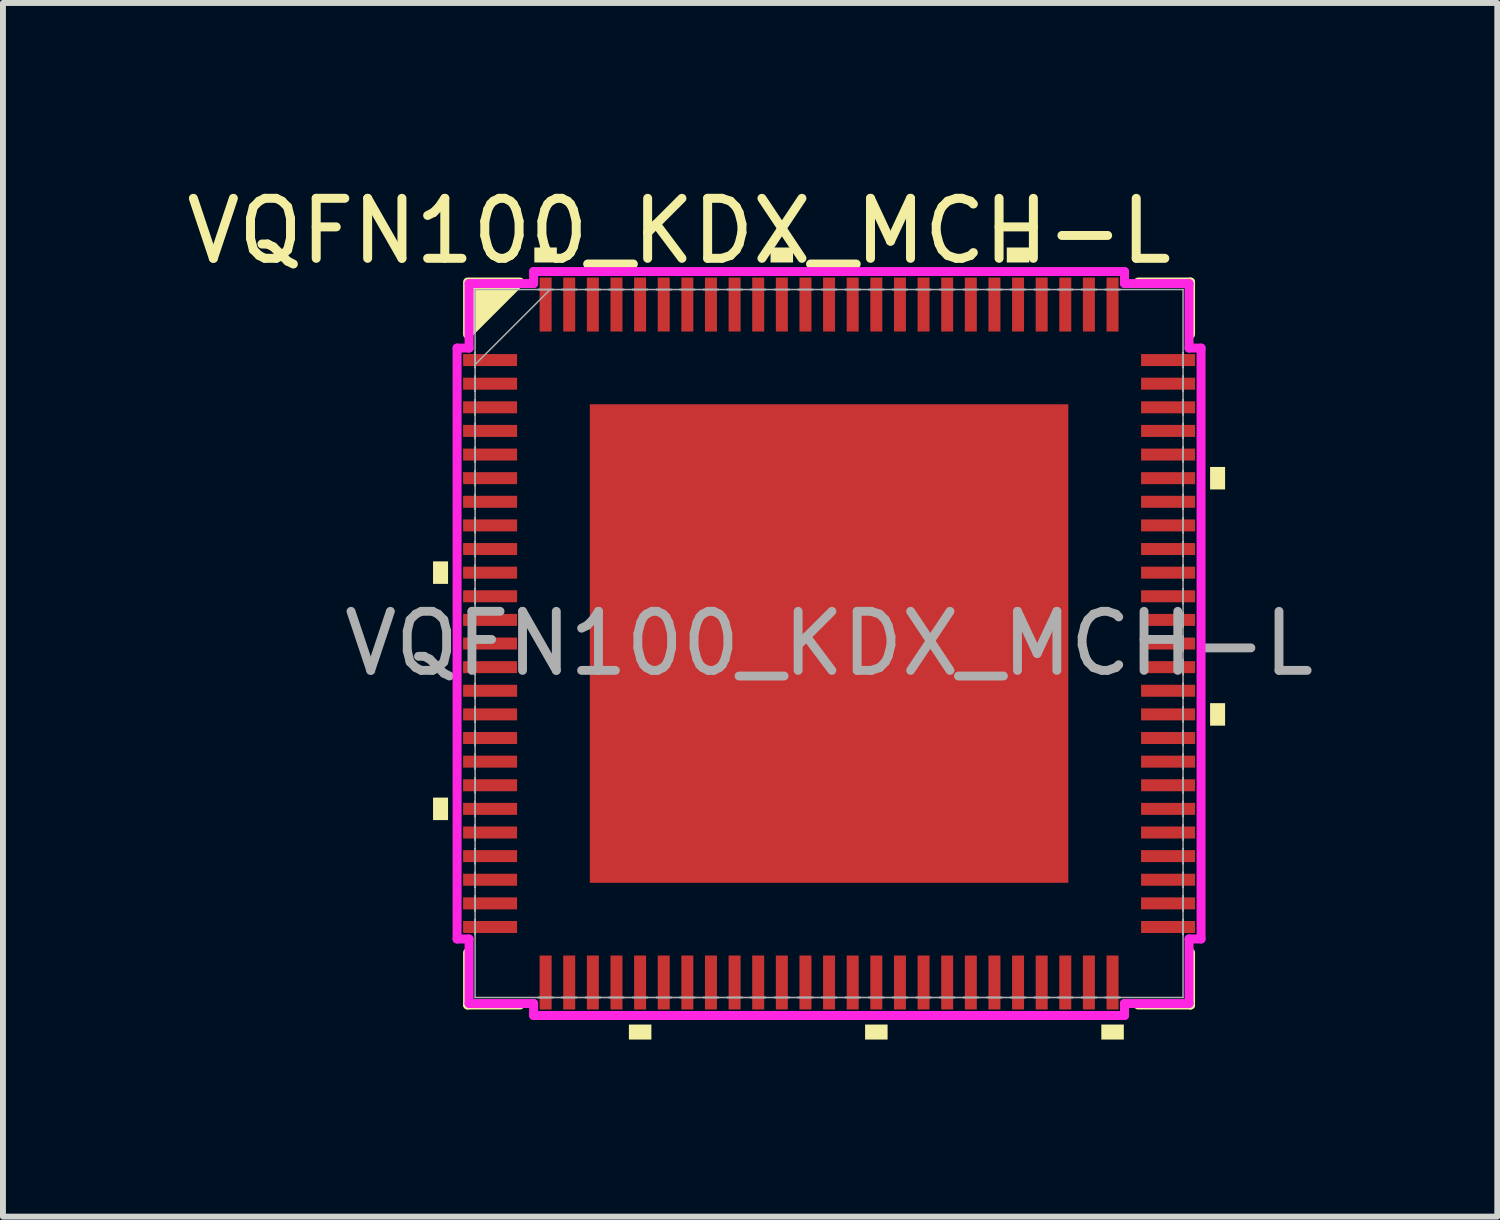
<source format=kicad_pcb>
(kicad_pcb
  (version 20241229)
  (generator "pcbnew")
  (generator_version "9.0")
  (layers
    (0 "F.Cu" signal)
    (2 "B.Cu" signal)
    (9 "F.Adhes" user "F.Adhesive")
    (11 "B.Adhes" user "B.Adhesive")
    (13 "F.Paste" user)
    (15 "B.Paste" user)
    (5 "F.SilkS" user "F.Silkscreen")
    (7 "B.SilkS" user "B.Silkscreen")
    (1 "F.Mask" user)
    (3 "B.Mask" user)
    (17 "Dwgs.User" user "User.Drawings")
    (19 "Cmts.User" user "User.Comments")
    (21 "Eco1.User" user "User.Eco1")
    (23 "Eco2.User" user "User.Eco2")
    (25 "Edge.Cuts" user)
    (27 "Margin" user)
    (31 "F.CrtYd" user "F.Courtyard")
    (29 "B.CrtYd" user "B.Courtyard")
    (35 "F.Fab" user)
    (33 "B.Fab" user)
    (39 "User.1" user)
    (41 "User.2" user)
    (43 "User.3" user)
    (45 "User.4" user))
  (footprint "VQFN100_KDX_MCH-L"
    (layer "F.Cu")
    (at 10.989 7.847)
    (property "Reference" "VQFN100_KDX_MCH-L" (at -2.54 -6.985 0) (unlocked yes) (layer "F.SilkS") (effects (font (size 1.016 1.016) (thickness 0.152))))
    (attr smd)
    (fp_line (start -6.121 5.234) (end -6.121 6.121) (stroke (width 0.152) (type solid)) (layer "F.SilkS"))
    (fp_line (start -6.121 6.121) (end -5.234 6.121) (stroke (width 0.152) (type solid)) (layer "F.SilkS"))
    (fp_line (start 5.234 6.121) (end 6.121 6.121) (stroke (width 0.152) (type solid)) (layer "F.SilkS"))
    (fp_line (start 6.121 -6.121) (end 5.234 -6.121) (stroke (width 0.152) (type solid)) (layer "F.SilkS"))
    (fp_line (start 6.121 -5.234) (end 6.121 -6.121) (stroke (width 0.152) (type solid)) (layer "F.SilkS"))
    (fp_line (start 6.121 6.121) (end 6.121 5.234) (stroke (width 0.152) (type solid)) (layer "F.SilkS"))
    (fp_poly (pts (xy -5.234 -6.121) (xy -6.121 -5.234) (xy -6.121 -6.121)) (stroke (width 0.152) (type solid)) (fill yes) (layer "F.SilkS"))
    (fp_poly (pts (xy -6.706 -1.391) (xy -6.706 -1.01) (xy -6.452 -1.01) (xy -6.452 -1.391)) (stroke (width 0) (type solid)) (fill yes) (layer "F.SilkS"))
    (fp_poly (pts (xy -6.706 2.609) (xy -6.706 2.99) (xy -6.452 2.99) (xy -6.452 2.609)) (stroke (width 0) (type solid)) (fill yes) (layer "F.SilkS"))
    (fp_poly (pts (xy -4.991 -6.452) (xy -4.991 -6.706) (xy -4.61 -6.706) (xy -4.61 -6.452)) (stroke (width 0) (type solid)) (fill yes) (layer "F.SilkS"))
    (fp_poly (pts (xy -3.39 6.452) (xy -3.39 6.706) (xy -3.009 6.706) (xy -3.009 6.452)) (stroke (width 0) (type solid)) (fill yes) (layer "F.SilkS"))
    (fp_poly (pts (xy -0.991 -6.452) (xy -0.991 -6.706) (xy -0.61 -6.706) (xy -0.61 -6.452)) (stroke (width 0) (type solid)) (fill yes) (layer "F.SilkS"))
    (fp_poly (pts (xy 0.61 6.452) (xy 0.61 6.706) (xy 0.991 6.706) (xy 0.991 6.452)) (stroke (width 0) (type solid)) (fill yes) (layer "F.SilkS"))
    (fp_poly (pts (xy 3.009 -6.452) (xy 3.009 -6.706) (xy 3.39 -6.706) (xy 3.39 -6.452)) (stroke (width 0) (type solid)) (fill yes) (layer "F.SilkS"))
    (fp_poly (pts (xy 4.61 6.452) (xy 4.61 6.706) (xy 4.991 6.706) (xy 4.991 6.452)) (stroke (width 0) (type solid)) (fill yes) (layer "F.SilkS"))
    (fp_poly (pts (xy 6.706 -2.99) (xy 6.706 -2.609) (xy 6.452 -2.609) (xy 6.452 -2.99)) (stroke (width 0) (type solid)) (fill yes) (layer "F.SilkS"))
    (fp_poly (pts (xy 6.706 1.01) (xy 6.706 1.391) (xy 6.452 1.391) (xy 6.452 1.01)) (stroke (width 0) (type solid)) (fill yes) (layer "F.SilkS"))
    (fp_poly (pts (xy -3.951 -3.951) (xy -3.951 -2.801) (xy -2.801 -2.801) (xy -2.801 -3.951)) (stroke (width 0) (type solid)) (fill yes) (layer "F.Paste"))
    (fp_poly (pts (xy -3.951 -2.601) (xy -3.951 -1.45) (xy -2.801 -1.45) (xy -2.801 -2.601)) (stroke (width 0) (type solid)) (fill yes) (layer "F.Paste"))
    (fp_poly (pts (xy -3.951 -1.25) (xy -3.951 -0.1) (xy -2.801 -0.1) (xy -2.801 -1.25)) (stroke (width 0) (type solid)) (fill yes) (layer "F.Paste"))
    (fp_poly (pts (xy -3.951 0.1) (xy -3.951 1.25) (xy -2.801 1.25) (xy -2.801 0.1)) (stroke (width 0) (type solid)) (fill yes) (layer "F.Paste"))
    (fp_poly (pts (xy -3.951 1.45) (xy -3.951 2.601) (xy -2.801 2.601) (xy -2.801 1.45)) (stroke (width 0) (type solid)) (fill yes) (layer "F.Paste"))
    (fp_poly (pts (xy -3.951 2.801) (xy -3.951 3.951) (xy -2.801 3.951) (xy -2.801 2.801)) (stroke (width 0) (type solid)) (fill yes) (layer "F.Paste"))
    (fp_poly (pts (xy -2.601 -3.951) (xy -2.601 -2.801) (xy -1.45 -2.801) (xy -1.45 -3.951)) (stroke (width 0) (type solid)) (fill yes) (layer "F.Paste"))
    (fp_poly (pts (xy -2.601 -2.601) (xy -2.601 -1.45) (xy -1.45 -1.45) (xy -1.45 -2.601)) (stroke (width 0) (type solid)) (fill yes) (layer "F.Paste"))
    (fp_poly (pts (xy -2.601 -1.25) (xy -2.601 -0.1) (xy -1.45 -0.1) (xy -1.45 -1.25)) (stroke (width 0) (type solid)) (fill yes) (layer "F.Paste"))
    (fp_poly (pts (xy -2.601 0.1) (xy -2.601 1.25) (xy -1.45 1.25) (xy -1.45 0.1)) (stroke (width 0) (type solid)) (fill yes) (layer "F.Paste"))
    (fp_poly (pts (xy -2.601 1.45) (xy -2.601 2.601) (xy -1.45 2.601) (xy -1.45 1.45)) (stroke (width 0) (type solid)) (fill yes) (layer "F.Paste"))
    (fp_poly (pts (xy -2.601 2.801) (xy -2.601 3.951) (xy -1.45 3.951) (xy -1.45 2.801)) (stroke (width 0) (type solid)) (fill yes) (layer "F.Paste"))
    (fp_poly (pts (xy -1.25 -3.951) (xy -1.25 -2.801) (xy -0.1 -2.801) (xy -0.1 -3.951)) (stroke (width 0) (type solid)) (fill yes) (layer "F.Paste"))
    (fp_poly (pts (xy -1.25 -2.601) (xy -1.25 -1.45) (xy -0.1 -1.45) (xy -0.1 -2.601)) (stroke (width 0) (type solid)) (fill yes) (layer "F.Paste"))
    (fp_poly (pts (xy -1.25 -1.25) (xy -1.25 -0.1) (xy -0.1 -0.1) (xy -0.1 -1.25)) (stroke (width 0) (type solid)) (fill yes) (layer "F.Paste"))
    (fp_poly (pts (xy -1.25 0.1) (xy -1.25 1.25) (xy -0.1 1.25) (xy -0.1 0.1)) (stroke (width 0) (type solid)) (fill yes) (layer "F.Paste"))
    (fp_poly (pts (xy -1.25 1.45) (xy -1.25 2.601) (xy -0.1 2.601) (xy -0.1 1.45)) (stroke (width 0) (type solid)) (fill yes) (layer "F.Paste"))
    (fp_poly (pts (xy -1.25 2.801) (xy -1.25 3.951) (xy -0.1 3.951) (xy -0.1 2.801)) (stroke (width 0) (type solid)) (fill yes) (layer "F.Paste"))
    (fp_poly (pts (xy 0.1 -3.951) (xy 0.1 -2.801) (xy 1.25 -2.801) (xy 1.25 -3.951)) (stroke (width 0) (type solid)) (fill yes) (layer "F.Paste"))
    (fp_poly (pts (xy 0.1 -2.601) (xy 0.1 -1.45) (xy 1.25 -1.45) (xy 1.25 -2.601)) (stroke (width 0) (type solid)) (fill yes) (layer "F.Paste"))
    (fp_poly (pts (xy 0.1 -1.25) (xy 0.1 -0.1) (xy 1.25 -0.1) (xy 1.25 -1.25)) (stroke (width 0) (type solid)) (fill yes) (layer "F.Paste"))
    (fp_poly (pts (xy 0.1 0.1) (xy 0.1 1.25) (xy 1.25 1.25) (xy 1.25 0.1)) (stroke (width 0) (type solid)) (fill yes) (layer "F.Paste"))
    (fp_poly (pts (xy 0.1 1.45) (xy 0.1 2.601) (xy 1.25 2.601) (xy 1.25 1.45)) (stroke (width 0) (type solid)) (fill yes) (layer "F.Paste"))
    (fp_poly (pts (xy 0.1 2.801) (xy 0.1 3.951) (xy 1.25 3.951) (xy 1.25 2.801)) (stroke (width 0) (type solid)) (fill yes) (layer "F.Paste"))
    (fp_poly (pts (xy 1.45 -3.951) (xy 1.45 -2.801) (xy 2.601 -2.801) (xy 2.601 -3.951)) (stroke (width 0) (type solid)) (fill yes) (layer "F.Paste"))
    (fp_poly (pts (xy 1.45 -2.601) (xy 1.45 -1.45) (xy 2.601 -1.45) (xy 2.601 -2.601)) (stroke (width 0) (type solid)) (fill yes) (layer "F.Paste"))
    (fp_poly (pts (xy 1.45 -1.25) (xy 1.45 -0.1) (xy 2.601 -0.1) (xy 2.601 -1.25)) (stroke (width 0) (type solid)) (fill yes) (layer "F.Paste"))
    (fp_poly (pts (xy 1.45 0.1) (xy 1.45 1.25) (xy 2.601 1.25) (xy 2.601 0.1)) (stroke (width 0) (type solid)) (fill yes) (layer "F.Paste"))
    (fp_poly (pts (xy 1.45 1.45) (xy 1.45 2.601) (xy 2.601 2.601) (xy 2.601 1.45)) (stroke (width 0) (type solid)) (fill yes) (layer "F.Paste"))
    (fp_poly (pts (xy 1.45 2.801) (xy 1.45 3.951) (xy 2.601 3.951) (xy 2.601 2.801)) (stroke (width 0) (type solid)) (fill yes) (layer "F.Paste"))
    (fp_poly (pts (xy 2.801 -3.951) (xy 2.801 -2.801) (xy 3.951 -2.801) (xy 3.951 -3.951)) (stroke (width 0) (type solid)) (fill yes) (layer "F.Paste"))
    (fp_poly (pts (xy 2.801 -2.601) (xy 2.801 -1.45) (xy 3.951 -1.45) (xy 3.951 -2.601)) (stroke (width 0) (type solid)) (fill yes) (layer "F.Paste"))
    (fp_poly (pts (xy 2.801 -1.25) (xy 2.801 -0.1) (xy 3.951 -0.1) (xy 3.951 -1.25)) (stroke (width 0) (type solid)) (fill yes) (layer "F.Paste"))
    (fp_poly (pts (xy 2.801 0.1) (xy 2.801 1.25) (xy 3.951 1.25) (xy 3.951 0.1)) (stroke (width 0) (type solid)) (fill yes) (layer "F.Paste"))
    (fp_poly (pts (xy 2.801 1.45) (xy 2.801 2.601) (xy 3.951 2.601) (xy 3.951 1.45)) (stroke (width 0) (type solid)) (fill yes) (layer "F.Paste"))
    (fp_poly (pts (xy 2.801 2.801) (xy 2.801 3.951) (xy 3.951 3.951) (xy 3.951 2.801)) (stroke (width 0) (type solid)) (fill yes) (layer "F.Paste"))
    (fp_line (start -6.299 -5.003) (end -6.096 -5.003) (stroke (width 0.152) (type solid)) (layer "F.CrtYd"))
    (fp_line (start -6.299 5.003) (end -6.299 -5.003) (stroke (width 0.152) (type solid)) (layer "F.CrtYd"))
    (fp_line (start -6.096 -6.096) (end -5.003 -6.096) (stroke (width 0.152) (type solid)) (layer "F.CrtYd"))
    (fp_line (start -6.096 -5.003) (end -6.096 -6.096) (stroke (width 0.152) (type solid)) (layer "F.CrtYd"))
    (fp_line (start -6.096 5.003) (end -6.299 5.003) (stroke (width 0.152) (type solid)) (layer "F.CrtYd"))
    (fp_line (start -6.096 6.096) (end -6.096 5.003) (stroke (width 0.152) (type solid)) (layer "F.CrtYd"))
    (fp_line (start -5.003 -6.299) (end 5.003 -6.299) (stroke (width 0.152) (type solid)) (layer "F.CrtYd"))
    (fp_line (start -5.003 -6.096) (end -5.003 -6.299) (stroke (width 0.152) (type solid)) (layer "F.CrtYd"))
    (fp_line (start -5.003 6.096) (end -6.096 6.096) (stroke (width 0.152) (type solid)) (layer "F.CrtYd"))
    (fp_line (start -5.003 6.299) (end -5.003 6.096) (stroke (width 0.152) (type solid)) (layer "F.CrtYd"))
    (fp_line (start 5.003 -6.299) (end 5.003 -6.096) (stroke (width 0.152) (type solid)) (layer "F.CrtYd"))
    (fp_line (start 5.003 -6.096) (end 6.096 -6.096) (stroke (width 0.152) (type solid)) (layer "F.CrtYd"))
    (fp_line (start 5.003 6.096) (end 5.003 6.299) (stroke (width 0.152) (type solid)) (layer "F.CrtYd"))
    (fp_line (start 5.003 6.299) (end -5.003 6.299) (stroke (width 0.152) (type solid)) (layer "F.CrtYd"))
    (fp_line (start 6.096 -6.096) (end 6.096 -5.003) (stroke (width 0.152) (type solid)) (layer "F.CrtYd"))
    (fp_line (start 6.096 -5.003) (end 6.299 -5.003) (stroke (width 0.152) (type solid)) (layer "F.CrtYd"))
    (fp_line (start 6.096 5.003) (end 6.096 6.096) (stroke (width 0.152) (type solid)) (layer "F.CrtYd"))
    (fp_line (start 6.096 6.096) (end 5.003 6.096) (stroke (width 0.152) (type solid)) (layer "F.CrtYd"))
    (fp_line (start 6.299 -5.003) (end 6.299 5.003) (stroke (width 0.152) (type solid)) (layer "F.CrtYd"))
    (fp_line (start 6.299 5.003) (end 6.096 5.003) (stroke (width 0.152) (type solid)) (layer "F.CrtYd"))
    (fp_line (start -5.994 -5.994) (end -5.994 -5.994) (stroke (width 0.025) (type solid)) (layer "F.Fab"))
    (fp_line (start -5.994 -5.994) (end -5.994 5.994) (stroke (width 0.025) (type solid)) (layer "F.Fab"))
    (fp_line (start -5.994 -4.927) (end -5.994 -4.927) (stroke (width 0.025) (type solid)) (layer "F.Fab"))
    (fp_line (start -5.994 -4.927) (end -5.994 -4.673) (stroke (width 0.025) (type solid)) (layer "F.Fab"))
    (fp_line (start -5.994 -4.724) (end -4.724 -5.994) (stroke (width 0.025) (type solid)) (layer "F.Fab"))
    (fp_line (start -5.994 -4.673) (end -5.994 -4.927) (stroke (width 0.025) (type solid)) (layer "F.Fab"))
    (fp_line (start -5.994 -4.673) (end -5.994 -4.673) (stroke (width 0.025) (type solid)) (layer "F.Fab"))
    (fp_line (start -5.994 -4.527) (end -5.994 -4.527) (stroke (width 0.025) (type solid)) (layer "F.Fab"))
    (fp_line (start -5.994 -4.527) (end -5.994 -4.273) (stroke (width 0.025) (type solid)) (layer "F.Fab"))
    (fp_line (start -5.994 -4.273) (end -5.994 -4.527) (stroke (width 0.025) (type solid)) (layer "F.Fab"))
    (fp_line (start -5.994 -4.273) (end -5.994 -4.273) (stroke (width 0.025) (type solid)) (layer "F.Fab"))
    (fp_line (start -5.994 -4.127) (end -5.994 -4.127) (stroke (width 0.025) (type solid)) (layer "F.Fab"))
    (fp_line (start -5.994 -4.127) (end -5.994 -3.873) (stroke (width 0.025) (type solid)) (layer "F.Fab"))
    (fp_line (start -5.994 -3.873) (end -5.994 -4.127) (stroke (width 0.025) (type solid)) (layer "F.Fab"))
    (fp_line (start -5.994 -3.873) (end -5.994 -3.873) (stroke (width 0.025) (type solid)) (layer "F.Fab"))
    (fp_line (start -5.994 -3.727) (end -5.994 -3.727) (stroke (width 0.025) (type solid)) (layer "F.Fab"))
    (fp_line (start -5.994 -3.727) (end -5.994 -3.473) (stroke (width 0.025) (type solid)) (layer "F.Fab"))
    (fp_line (start -5.994 -3.473) (end -5.994 -3.727) (stroke (width 0.025) (type solid)) (layer "F.Fab"))
    (fp_line (start -5.994 -3.473) (end -5.994 -3.473) (stroke (width 0.025) (type solid)) (layer "F.Fab"))
    (fp_line (start -5.994 -3.327) (end -5.994 -3.327) (stroke (width 0.025) (type solid)) (layer "F.Fab"))
    (fp_line (start -5.994 -3.327) (end -5.994 -3.073) (stroke (width 0.025) (type solid)) (layer "F.Fab"))
    (fp_line (start -5.994 -3.073) (end -5.994 -3.327) (stroke (width 0.025) (type solid)) (layer "F.Fab"))
    (fp_line (start -5.994 -3.073) (end -5.994 -3.073) (stroke (width 0.025) (type solid)) (layer "F.Fab"))
    (fp_line (start -5.994 -2.927) (end -5.994 -2.927) (stroke (width 0.025) (type solid)) (layer "F.Fab"))
    (fp_line (start -5.994 -2.927) (end -5.994 -2.673) (stroke (width 0.025) (type solid)) (layer "F.Fab"))
    (fp_line (start -5.994 -2.673) (end -5.994 -2.927) (stroke (width 0.025) (type solid)) (layer "F.Fab"))
    (fp_line (start -5.994 -2.673) (end -5.994 -2.673) (stroke (width 0.025) (type solid)) (layer "F.Fab"))
    (fp_line (start -5.994 -2.527) (end -5.994 -2.527) (stroke (width 0.025) (type solid)) (layer "F.Fab"))
    (fp_line (start -5.994 -2.527) (end -5.994 -2.273) (stroke (width 0.025) (type solid)) (layer "F.Fab"))
    (fp_line (start -5.994 -2.273) (end -5.994 -2.527) (stroke (width 0.025) (type solid)) (layer "F.Fab"))
    (fp_line (start -5.994 -2.273) (end -5.994 -2.273) (stroke (width 0.025) (type solid)) (layer "F.Fab"))
    (fp_line (start -5.994 -2.127) (end -5.994 -2.127) (stroke (width 0.025) (type solid)) (layer "F.Fab"))
    (fp_line (start -5.994 -2.127) (end -5.994 -1.873) (stroke (width 0.025) (type solid)) (layer "F.Fab"))
    (fp_line (start -5.994 -1.873) (end -5.994 -2.127) (stroke (width 0.025) (type solid)) (layer "F.Fab"))
    (fp_line (start -5.994 -1.873) (end -5.994 -1.873) (stroke (width 0.025) (type solid)) (layer "F.Fab"))
    (fp_line (start -5.994 -1.727) (end -5.994 -1.727) (stroke (width 0.025) (type solid)) (layer "F.Fab"))
    (fp_line (start -5.994 -1.727) (end -5.994 -1.473) (stroke (width 0.025) (type solid)) (layer "F.Fab"))
    (fp_line (start -5.994 -1.473) (end -5.994 -1.727) (stroke (width 0.025) (type solid)) (layer "F.Fab"))
    (fp_line (start -5.994 -1.473) (end -5.994 -1.473) (stroke (width 0.025) (type solid)) (layer "F.Fab"))
    (fp_line (start -5.994 -1.327) (end -5.994 -1.327) (stroke (width 0.025) (type solid)) (layer "F.Fab"))
    (fp_line (start -5.994 -1.327) (end -5.994 -1.073) (stroke (width 0.025) (type solid)) (layer "F.Fab"))
    (fp_line (start -5.994 -1.073) (end -5.994 -1.327) (stroke (width 0.025) (type solid)) (layer "F.Fab"))
    (fp_line (start -5.994 -1.073) (end -5.994 -1.073) (stroke (width 0.025) (type solid)) (layer "F.Fab"))
    (fp_line (start -5.994 -0.927) (end -5.994 -0.927) (stroke (width 0.025) (type solid)) (layer "F.Fab"))
    (fp_line (start -5.994 -0.927) (end -5.994 -0.673) (stroke (width 0.025) (type solid)) (layer "F.Fab"))
    (fp_line (start -5.994 -0.673) (end -5.994 -0.927) (stroke (width 0.025) (type solid)) (layer "F.Fab"))
    (fp_line (start -5.994 -0.673) (end -5.994 -0.673) (stroke (width 0.025) (type solid)) (layer "F.Fab"))
    (fp_line (start -5.994 -0.527) (end -5.994 -0.527) (stroke (width 0.025) (type solid)) (layer "F.Fab"))
    (fp_line (start -5.994 -0.527) (end -5.994 -0.273) (stroke (width 0.025) (type solid)) (layer "F.Fab"))
    (fp_line (start -5.994 -0.273) (end -5.994 -0.527) (stroke (width 0.025) (type solid)) (layer "F.Fab"))
    (fp_line (start -5.994 -0.273) (end -5.994 -0.273) (stroke (width 0.025) (type solid)) (layer "F.Fab"))
    (fp_line (start -5.994 -0.127) (end -5.994 -0.127) (stroke (width 0.025) (type solid)) (layer "F.Fab"))
    (fp_line (start -5.994 -0.127) (end -5.994 0.127) (stroke (width 0.025) (type solid)) (layer "F.Fab"))
    (fp_line (start -5.994 0.127) (end -5.994 -0.127) (stroke (width 0.025) (type solid)) (layer "F.Fab"))
    (fp_line (start -5.994 0.127) (end -5.994 0.127) (stroke (width 0.025) (type solid)) (layer "F.Fab"))
    (fp_line (start -5.994 0.273) (end -5.994 0.273) (stroke (width 0.025) (type solid)) (layer "F.Fab"))
    (fp_line (start -5.994 0.273) (end -5.994 0.527) (stroke (width 0.025) (type solid)) (layer "F.Fab"))
    (fp_line (start -5.994 0.527) (end -5.994 0.273) (stroke (width 0.025) (type solid)) (layer "F.Fab"))
    (fp_line (start -5.994 0.527) (end -5.994 0.527) (stroke (width 0.025) (type solid)) (layer "F.Fab"))
    (fp_line (start -5.994 0.673) (end -5.994 0.673) (stroke (width 0.025) (type solid)) (layer "F.Fab"))
    (fp_line (start -5.994 0.673) (end -5.994 0.927) (stroke (width 0.025) (type solid)) (layer "F.Fab"))
    (fp_line (start -5.994 0.927) (end -5.994 0.673) (stroke (width 0.025) (type solid)) (layer "F.Fab"))
    (fp_line (start -5.994 0.927) (end -5.994 0.927) (stroke (width 0.025) (type solid)) (layer "F.Fab"))
    (fp_line (start -5.994 1.073) (end -5.994 1.073) (stroke (width 0.025) (type solid)) (layer "F.Fab"))
    (fp_line (start -5.994 1.073) (end -5.994 1.327) (stroke (width 0.025) (type solid)) (layer "F.Fab"))
    (fp_line (start -5.994 1.327) (end -5.994 1.073) (stroke (width 0.025) (type solid)) (layer "F.Fab"))
    (fp_line (start -5.994 1.327) (end -5.994 1.327) (stroke (width 0.025) (type solid)) (layer "F.Fab"))
    (fp_line (start -5.994 1.473) (end -5.994 1.473) (stroke (width 0.025) (type solid)) (layer "F.Fab"))
    (fp_line (start -5.994 1.473) (end -5.994 1.727) (stroke (width 0.025) (type solid)) (layer "F.Fab"))
    (fp_line (start -5.994 1.727) (end -5.994 1.473) (stroke (width 0.025) (type solid)) (layer "F.Fab"))
    (fp_line (start -5.994 1.727) (end -5.994 1.727) (stroke (width 0.025) (type solid)) (layer "F.Fab"))
    (fp_line (start -5.994 1.873) (end -5.994 1.873) (stroke (width 0.025) (type solid)) (layer "F.Fab"))
    (fp_line (start -5.994 1.873) (end -5.994 2.127) (stroke (width 0.025) (type solid)) (layer "F.Fab"))
    (fp_line (start -5.994 2.127) (end -5.994 1.873) (stroke (width 0.025) (type solid)) (layer "F.Fab"))
    (fp_line (start -5.994 2.127) (end -5.994 2.127) (stroke (width 0.025) (type solid)) (layer "F.Fab"))
    (fp_line (start -5.994 2.273) (end -5.994 2.273) (stroke (width 0.025) (type solid)) (layer "F.Fab"))
    (fp_line (start -5.994 2.273) (end -5.994 2.527) (stroke (width 0.025) (type solid)) (layer "F.Fab"))
    (fp_line (start -5.994 2.527) (end -5.994 2.273) (stroke (width 0.025) (type solid)) (layer "F.Fab"))
    (fp_line (start -5.994 2.527) (end -5.994 2.527) (stroke (width 0.025) (type solid)) (layer "F.Fab"))
    (fp_line (start -5.994 2.673) (end -5.994 2.673) (stroke (width 0.025) (type solid)) (layer "F.Fab"))
    (fp_line (start -5.994 2.673) (end -5.994 2.927) (stroke (width 0.025) (type solid)) (layer "F.Fab"))
    (fp_line (start -5.994 2.927) (end -5.994 2.673) (stroke (width 0.025) (type solid)) (layer "F.Fab"))
    (fp_line (start -5.994 2.927) (end -5.994 2.927) (stroke (width 0.025) (type solid)) (layer "F.Fab"))
    (fp_line (start -5.994 3.073) (end -5.994 3.073) (stroke (width 0.025) (type solid)) (layer "F.Fab"))
    (fp_line (start -5.994 3.073) (end -5.994 3.327) (stroke (width 0.025) (type solid)) (layer "F.Fab"))
    (fp_line (start -5.994 3.327) (end -5.994 3.073) (stroke (width 0.025) (type solid)) (layer "F.Fab"))
    (fp_line (start -5.994 3.327) (end -5.994 3.327) (stroke (width 0.025) (type solid)) (layer "F.Fab"))
    (fp_line (start -5.994 3.473) (end -5.994 3.473) (stroke (width 0.025) (type solid)) (layer "F.Fab"))
    (fp_line (start -5.994 3.473) (end -5.994 3.727) (stroke (width 0.025) (type solid)) (layer "F.Fab"))
    (fp_line (start -5.994 3.727) (end -5.994 3.473) (stroke (width 0.025) (type solid)) (layer "F.Fab"))
    (fp_line (start -5.994 3.727) (end -5.994 3.727) (stroke (width 0.025) (type solid)) (layer "F.Fab"))
    (fp_line (start -5.994 3.873) (end -5.994 3.873) (stroke (width 0.025) (type solid)) (layer "F.Fab"))
    (fp_line (start -5.994 3.873) (end -5.994 4.127) (stroke (width 0.025) (type solid)) (layer "F.Fab"))
    (fp_line (start -5.994 4.127) (end -5.994 3.873) (stroke (width 0.025) (type solid)) (layer "F.Fab"))
    (fp_line (start -5.994 4.127) (end -5.994 4.127) (stroke (width 0.025) (type solid)) (layer "F.Fab"))
    (fp_line (start -5.994 4.273) (end -5.994 4.273) (stroke (width 0.025) (type solid)) (layer "F.Fab"))
    (fp_line (start -5.994 4.273) (end -5.994 4.527) (stroke (width 0.025) (type solid)) (layer "F.Fab"))
    (fp_line (start -5.994 4.527) (end -5.994 4.273) (stroke (width 0.025) (type solid)) (layer "F.Fab"))
    (fp_line (start -5.994 4.527) (end -5.994 4.527) (stroke (width 0.025) (type solid)) (layer "F.Fab"))
    (fp_line (start -5.994 4.673) (end -5.994 4.673) (stroke (width 0.025) (type solid)) (layer "F.Fab"))
    (fp_line (start -5.994 4.673) (end -5.994 4.927) (stroke (width 0.025) (type solid)) (layer "F.Fab"))
    (fp_line (start -5.994 4.927) (end -5.994 4.673) (stroke (width 0.025) (type solid)) (layer "F.Fab"))
    (fp_line (start -5.994 4.927) (end -5.994 4.927) (stroke (width 0.025) (type solid)) (layer "F.Fab"))
    (fp_line (start -5.994 5.994) (end -5.994 5.994) (stroke (width 0.025) (type solid)) (layer "F.Fab"))
    (fp_line (start -5.994 5.994) (end 5.994 5.994) (stroke (width 0.025) (type solid)) (layer "F.Fab"))
    (fp_line (start -4.927 5.994) (end -4.927 5.994) (stroke (width 0.025) (type solid)) (layer "F.Fab"))
    (fp_line (start -4.927 5.994) (end -4.673 5.994) (stroke (width 0.025) (type solid)) (layer "F.Fab"))
    (fp_line (start -4.927 -5.994) (end -4.927 -5.994) (stroke (width 0.025) (type solid)) (layer "F.Fab"))
    (fp_line (start -4.927 -5.994) (end -4.673 -5.994) (stroke (width 0.025) (type solid)) (layer "F.Fab"))
    (fp_line (start -4.673 5.994) (end -4.927 5.994) (stroke (width 0.025) (type solid)) (layer "F.Fab"))
    (fp_line (start -4.673 5.994) (end -4.673 5.994) (stroke (width 0.025) (type solid)) (layer "F.Fab"))
    (fp_line (start -4.673 -5.994) (end -4.927 -5.994) (stroke (width 0.025) (type solid)) (layer "F.Fab"))
    (fp_line (start -4.673 -5.994) (end -4.673 -5.994) (stroke (width 0.025) (type solid)) (layer "F.Fab"))
    (fp_line (start -4.527 5.994) (end -4.527 5.994) (stroke (width 0.025) (type solid)) (layer "F.Fab"))
    (fp_line (start -4.527 5.994) (end -4.273 5.994) (stroke (width 0.025) (type solid)) (layer "F.Fab"))
    (fp_line (start -4.527 -5.994) (end -4.527 -5.994) (stroke (width 0.025) (type solid)) (layer "F.Fab"))
    (fp_line (start -4.527 -5.994) (end -4.273 -5.994) (stroke (width 0.025) (type solid)) (layer "F.Fab"))
    (fp_line (start -4.273 5.994) (end -4.527 5.994) (stroke (width 0.025) (type solid)) (layer "F.Fab"))
    (fp_line (start -4.273 5.994) (end -4.273 5.994) (stroke (width 0.025) (type solid)) (layer "F.Fab"))
    (fp_line (start -4.273 -5.994) (end -4.527 -5.994) (stroke (width 0.025) (type solid)) (layer "F.Fab"))
    (fp_line (start -4.273 -5.994) (end -4.273 -5.994) (stroke (width 0.025) (type solid)) (layer "F.Fab"))
    (fp_line (start -4.127 5.994) (end -4.127 5.994) (stroke (width 0.025) (type solid)) (layer "F.Fab"))
    (fp_line (start -4.127 5.994) (end -3.873 5.994) (stroke (width 0.025) (type solid)) (layer "F.Fab"))
    (fp_line (start -4.127 -5.994) (end -4.127 -5.994) (stroke (width 0.025) (type solid)) (layer "F.Fab"))
    (fp_line (start -4.127 -5.994) (end -3.873 -5.994) (stroke (width 0.025) (type solid)) (layer "F.Fab"))
    (fp_line (start -3.873 5.994) (end -4.127 5.994) (stroke (width 0.025) (type solid)) (layer "F.Fab"))
    (fp_line (start -3.873 5.994) (end -3.873 5.994) (stroke (width 0.025) (type solid)) (layer "F.Fab"))
    (fp_line (start -3.873 -5.994) (end -4.127 -5.994) (stroke (width 0.025) (type solid)) (layer "F.Fab"))
    (fp_line (start -3.873 -5.994) (end -3.873 -5.994) (stroke (width 0.025) (type solid)) (layer "F.Fab"))
    (fp_line (start -3.727 5.994) (end -3.727 5.994) (stroke (width 0.025) (type solid)) (layer "F.Fab"))
    (fp_line (start -3.727 5.994) (end -3.473 5.994) (stroke (width 0.025) (type solid)) (layer "F.Fab"))
    (fp_line (start -3.727 -5.994) (end -3.727 -5.994) (stroke (width 0.025) (type solid)) (layer "F.Fab"))
    (fp_line (start -3.727 -5.994) (end -3.473 -5.994) (stroke (width 0.025) (type solid)) (layer "F.Fab"))
    (fp_line (start -3.473 5.994) (end -3.727 5.994) (stroke (width 0.025) (type solid)) (layer "F.Fab"))
    (fp_line (start -3.473 5.994) (end -3.473 5.994) (stroke (width 0.025) (type solid)) (layer "F.Fab"))
    (fp_line (start -3.473 -5.994) (end -3.727 -5.994) (stroke (width 0.025) (type solid)) (layer "F.Fab"))
    (fp_line (start -3.473 -5.994) (end -3.473 -5.994) (stroke (width 0.025) (type solid)) (layer "F.Fab"))
    (fp_line (start -3.327 5.994) (end -3.327 5.994) (stroke (width 0.025) (type solid)) (layer "F.Fab"))
    (fp_line (start -3.327 5.994) (end -3.073 5.994) (stroke (width 0.025) (type solid)) (layer "F.Fab"))
    (fp_line (start -3.327 -5.994) (end -3.327 -5.994) (stroke (width 0.025) (type solid)) (layer "F.Fab"))
    (fp_line (start -3.327 -5.994) (end -3.073 -5.994) (stroke (width 0.025) (type solid)) (layer "F.Fab"))
    (fp_line (start -3.073 5.994) (end -3.327 5.994) (stroke (width 0.025) (type solid)) (layer "F.Fab"))
    (fp_line (start -3.073 5.994) (end -3.073 5.994) (stroke (width 0.025) (type solid)) (layer "F.Fab"))
    (fp_line (start -3.073 -5.994) (end -3.327 -5.994) (stroke (width 0.025) (type solid)) (layer "F.Fab"))
    (fp_line (start -3.073 -5.994) (end -3.073 -5.994) (stroke (width 0.025) (type solid)) (layer "F.Fab"))
    (fp_line (start -2.927 5.994) (end -2.927 5.994) (stroke (width 0.025) (type solid)) (layer "F.Fab"))
    (fp_line (start -2.927 5.994) (end -2.673 5.994) (stroke (width 0.025) (type solid)) (layer "F.Fab"))
    (fp_line (start -2.927 -5.994) (end -2.927 -5.994) (stroke (width 0.025) (type solid)) (layer "F.Fab"))
    (fp_line (start -2.927 -5.994) (end -2.673 -5.994) (stroke (width 0.025) (type solid)) (layer "F.Fab"))
    (fp_line (start -2.673 5.994) (end -2.927 5.994) (stroke (width 0.025) (type solid)) (layer "F.Fab"))
    (fp_line (start -2.673 5.994) (end -2.673 5.994) (stroke (width 0.025) (type solid)) (layer "F.Fab"))
    (fp_line (start -2.673 -5.994) (end -2.927 -5.994) (stroke (width 0.025) (type solid)) (layer "F.Fab"))
    (fp_line (start -2.673 -5.994) (end -2.673 -5.994) (stroke (width 0.025) (type solid)) (layer "F.Fab"))
    (fp_line (start -2.527 -5.994) (end -2.527 -5.994) (stroke (width 0.025) (type solid)) (layer "F.Fab"))
    (fp_line (start -2.527 -5.994) (end -2.273 -5.994) (stroke (width 0.025) (type solid)) (layer "F.Fab"))
    (fp_line (start -2.527 5.994) (end -2.527 5.994) (stroke (width 0.025) (type solid)) (layer "F.Fab"))
    (fp_line (start -2.527 5.994) (end -2.273 5.994) (stroke (width 0.025) (type solid)) (layer "F.Fab"))
    (fp_line (start -2.273 -5.994) (end -2.527 -5.994) (stroke (width 0.025) (type solid)) (layer "F.Fab"))
    (fp_line (start -2.273 -5.994) (end -2.273 -5.994) (stroke (width 0.025) (type solid)) (layer "F.Fab"))
    (fp_line (start -2.273 5.994) (end -2.527 5.994) (stroke (width 0.025) (type solid)) (layer "F.Fab"))
    (fp_line (start -2.273 5.994) (end -2.273 5.994) (stroke (width 0.025) (type solid)) (layer "F.Fab"))
    (fp_line (start -2.127 -5.994) (end -2.127 -5.994) (stroke (width 0.025) (type solid)) (layer "F.Fab"))
    (fp_line (start -2.127 -5.994) (end -1.873 -5.994) (stroke (width 0.025) (type solid)) (layer "F.Fab"))
    (fp_line (start -2.127 5.994) (end -2.127 5.994) (stroke (width 0.025) (type solid)) (layer "F.Fab"))
    (fp_line (start -2.127 5.994) (end -1.873 5.994) (stroke (width 0.025) (type solid)) (layer "F.Fab"))
    (fp_line (start -1.873 -5.994) (end -2.127 -5.994) (stroke (width 0.025) (type solid)) (layer "F.Fab"))
    (fp_line (start -1.873 -5.994) (end -1.873 -5.994) (stroke (width 0.025) (type solid)) (layer "F.Fab"))
    (fp_line (start -1.873 5.994) (end -2.127 5.994) (stroke (width 0.025) (type solid)) (layer "F.Fab"))
    (fp_line (start -1.873 5.994) (end -1.873 5.994) (stroke (width 0.025) (type solid)) (layer "F.Fab"))
    (fp_line (start -1.727 -5.994) (end -1.727 -5.994) (stroke (width 0.025) (type solid)) (layer "F.Fab"))
    (fp_line (start -1.727 -5.994) (end -1.473 -5.994) (stroke (width 0.025) (type solid)) (layer "F.Fab"))
    (fp_line (start -1.727 5.994) (end -1.727 5.994) (stroke (width 0.025) (type solid)) (layer "F.Fab"))
    (fp_line (start -1.727 5.994) (end -1.473 5.994) (stroke (width 0.025) (type solid)) (layer "F.Fab"))
    (fp_line (start -1.473 -5.994) (end -1.727 -5.994) (stroke (width 0.025) (type solid)) (layer "F.Fab"))
    (fp_line (start -1.473 -5.994) (end -1.473 -5.994) (stroke (width 0.025) (type solid)) (layer "F.Fab"))
    (fp_line (start -1.473 5.994) (end -1.727 5.994) (stroke (width 0.025) (type solid)) (layer "F.Fab"))
    (fp_line (start -1.473 5.994) (end -1.473 5.994) (stroke (width 0.025) (type solid)) (layer "F.Fab"))
    (fp_line (start -1.327 -5.994) (end -1.327 -5.994) (stroke (width 0.025) (type solid)) (layer "F.Fab"))
    (fp_line (start -1.327 -5.994) (end -1.073 -5.994) (stroke (width 0.025) (type solid)) (layer "F.Fab"))
    (fp_line (start -1.327 5.994) (end -1.327 5.994) (stroke (width 0.025) (type solid)) (layer "F.Fab"))
    (fp_line (start -1.327 5.994) (end -1.073 5.994) (stroke (width 0.025) (type solid)) (layer "F.Fab"))
    (fp_line (start -1.073 -5.994) (end -1.327 -5.994) (stroke (width 0.025) (type solid)) (layer "F.Fab"))
    (fp_line (start -1.073 -5.994) (end -1.073 -5.994) (stroke (width 0.025) (type solid)) (layer "F.Fab"))
    (fp_line (start -1.073 5.994) (end -1.327 5.994) (stroke (width 0.025) (type solid)) (layer "F.Fab"))
    (fp_line (start -1.073 5.994) (end -1.073 5.994) (stroke (width 0.025) (type solid)) (layer "F.Fab"))
    (fp_line (start -0.927 -5.994) (end -0.927 -5.994) (stroke (width 0.025) (type solid)) (layer "F.Fab"))
    (fp_line (start -0.927 -5.994) (end -0.673 -5.994) (stroke (width 0.025) (type solid)) (layer "F.Fab"))
    (fp_line (start -0.927 5.994) (end -0.927 5.994) (stroke (width 0.025) (type solid)) (layer "F.Fab"))
    (fp_line (start -0.927 5.994) (end -0.673 5.994) (stroke (width 0.025) (type solid)) (layer "F.Fab"))
    (fp_line (start -0.673 -5.994) (end -0.927 -5.994) (stroke (width 0.025) (type solid)) (layer "F.Fab"))
    (fp_line (start -0.673 -5.994) (end -0.673 -5.994) (stroke (width 0.025) (type solid)) (layer "F.Fab"))
    (fp_line (start -0.673 5.994) (end -0.927 5.994) (stroke (width 0.025) (type solid)) (layer "F.Fab"))
    (fp_line (start -0.673 5.994) (end -0.673 5.994) (stroke (width 0.025) (type solid)) (layer "F.Fab"))
    (fp_line (start -0.527 -5.994) (end -0.527 -5.994) (stroke (width 0.025) (type solid)) (layer "F.Fab"))
    (fp_line (start -0.527 -5.994) (end -0.273 -5.994) (stroke (width 0.025) (type solid)) (layer "F.Fab"))
    (fp_line (start -0.527 5.994) (end -0.527 5.994) (stroke (width 0.025) (type solid)) (layer "F.Fab"))
    (fp_line (start -0.527 5.994) (end -0.273 5.994) (stroke (width 0.025) (type solid)) (layer "F.Fab"))
    (fp_line (start -0.273 -5.994) (end -0.527 -5.994) (stroke (width 0.025) (type solid)) (layer "F.Fab"))
    (fp_line (start -0.273 -5.994) (end -0.273 -5.994) (stroke (width 0.025) (type solid)) (layer "F.Fab"))
    (fp_line (start -0.273 5.994) (end -0.527 5.994) (stroke (width 0.025) (type solid)) (layer "F.Fab"))
    (fp_line (start -0.273 5.994) (end -0.273 5.994) (stroke (width 0.025) (type solid)) (layer "F.Fab"))
    (fp_line (start -0.127 -5.994) (end -0.127 -5.994) (stroke (width 0.025) (type solid)) (layer "F.Fab"))
    (fp_line (start -0.127 -5.994) (end 0.127 -5.994) (stroke (width 0.025) (type solid)) (layer "F.Fab"))
    (fp_line (start -0.127 5.994) (end -0.127 5.994) (stroke (width 0.025) (type solid)) (layer "F.Fab"))
    (fp_line (start -0.127 5.994) (end 0.127 5.994) (stroke (width 0.025) (type solid)) (layer "F.Fab"))
    (fp_line (start 0.127 -5.994) (end -0.127 -5.994) (stroke (width 0.025) (type solid)) (layer "F.Fab"))
    (fp_line (start 0.127 -5.994) (end 0.127 -5.994) (stroke (width 0.025) (type solid)) (layer "F.Fab"))
    (fp_line (start 0.127 5.994) (end -0.127 5.994) (stroke (width 0.025) (type solid)) (layer "F.Fab"))
    (fp_line (start 0.127 5.994) (end 0.127 5.994) (stroke (width 0.025) (type solid)) (layer "F.Fab"))
    (fp_line (start 0.273 -5.994) (end 0.273 -5.994) (stroke (width 0.025) (type solid)) (layer "F.Fab"))
    (fp_line (start 0.273 -5.994) (end 0.527 -5.994) (stroke (width 0.025) (type solid)) (layer "F.Fab"))
    (fp_line (start 0.273 5.994) (end 0.273 5.994) (stroke (width 0.025) (type solid)) (layer "F.Fab"))
    (fp_line (start 0.273 5.994) (end 0.527 5.994) (stroke (width 0.025) (type solid)) (layer "F.Fab"))
    (fp_line (start 0.527 -5.994) (end 0.273 -5.994) (stroke (width 0.025) (type solid)) (layer "F.Fab"))
    (fp_line (start 0.527 -5.994) (end 0.527 -5.994) (stroke (width 0.025) (type solid)) (layer "F.Fab"))
    (fp_line (start 0.527 5.994) (end 0.273 5.994) (stroke (width 0.025) (type solid)) (layer "F.Fab"))
    (fp_line (start 0.527 5.994) (end 0.527 5.994) (stroke (width 0.025) (type solid)) (layer "F.Fab"))
    (fp_line (start 0.673 -5.994) (end 0.673 -5.994) (stroke (width 0.025) (type solid)) (layer "F.Fab"))
    (fp_line (start 0.673 -5.994) (end 0.927 -5.994) (stroke (width 0.025) (type solid)) (layer "F.Fab"))
    (fp_line (start 0.673 5.994) (end 0.673 5.994) (stroke (width 0.025) (type solid)) (layer "F.Fab"))
    (fp_line (start 0.673 5.994) (end 0.927 5.994) (stroke (width 0.025) (type solid)) (layer "F.Fab"))
    (fp_line (start 0.927 -5.994) (end 0.673 -5.994) (stroke (width 0.025) (type solid)) (layer "F.Fab"))
    (fp_line (start 0.927 -5.994) (end 0.927 -5.994) (stroke (width 0.025) (type solid)) (layer "F.Fab"))
    (fp_line (start 0.927 5.994) (end 0.673 5.994) (stroke (width 0.025) (type solid)) (layer "F.Fab"))
    (fp_line (start 0.927 5.994) (end 0.927 5.994) (stroke (width 0.025) (type solid)) (layer "F.Fab"))
    (fp_line (start 1.073 -5.994) (end 1.073 -5.994) (stroke (width 0.025) (type solid)) (layer "F.Fab"))
    (fp_line (start 1.073 -5.994) (end 1.327 -5.994) (stroke (width 0.025) (type solid)) (layer "F.Fab"))
    (fp_line (start 1.073 5.994) (end 1.073 5.994) (stroke (width 0.025) (type solid)) (layer "F.Fab"))
    (fp_line (start 1.073 5.994) (end 1.327 5.994) (stroke (width 0.025) (type solid)) (layer "F.Fab"))
    (fp_line (start 1.327 -5.994) (end 1.073 -5.994) (stroke (width 0.025) (type solid)) (layer "F.Fab"))
    (fp_line (start 1.327 -5.994) (end 1.327 -5.994) (stroke (width 0.025) (type solid)) (layer "F.Fab"))
    (fp_line (start 1.327 5.994) (end 1.073 5.994) (stroke (width 0.025) (type solid)) (layer "F.Fab"))
    (fp_line (start 1.327 5.994) (end 1.327 5.994) (stroke (width 0.025) (type solid)) (layer "F.Fab"))
    (fp_line (start 1.473 -5.994) (end 1.473 -5.994) (stroke (width 0.025) (type solid)) (layer "F.Fab"))
    (fp_line (start 1.473 -5.994) (end 1.727 -5.994) (stroke (width 0.025) (type solid)) (layer "F.Fab"))
    (fp_line (start 1.473 5.994) (end 1.473 5.994) (stroke (width 0.025) (type solid)) (layer "F.Fab"))
    (fp_line (start 1.473 5.994) (end 1.727 5.994) (stroke (width 0.025) (type solid)) (layer "F.Fab"))
    (fp_line (start 1.727 -5.994) (end 1.473 -5.994) (stroke (width 0.025) (type solid)) (layer "F.Fab"))
    (fp_line (start 1.727 -5.994) (end 1.727 -5.994) (stroke (width 0.025) (type solid)) (layer "F.Fab"))
    (fp_line (start 1.727 5.994) (end 1.473 5.994) (stroke (width 0.025) (type solid)) (layer "F.Fab"))
    (fp_line (start 1.727 5.994) (end 1.727 5.994) (stroke (width 0.025) (type solid)) (layer "F.Fab"))
    (fp_line (start 1.873 -5.994) (end 1.873 -5.994) (stroke (width 0.025) (type solid)) (layer "F.Fab"))
    (fp_line (start 1.873 -5.994) (end 2.127 -5.994) (stroke (width 0.025) (type solid)) (layer "F.Fab"))
    (fp_line (start 1.873 5.994) (end 1.873 5.994) (stroke (width 0.025) (type solid)) (layer "F.Fab"))
    (fp_line (start 1.873 5.994) (end 2.127 5.994) (stroke (width 0.025) (type solid)) (layer "F.Fab"))
    (fp_line (start 2.127 -5.994) (end 1.873 -5.994) (stroke (width 0.025) (type solid)) (layer "F.Fab"))
    (fp_line (start 2.127 -5.994) (end 2.127 -5.994) (stroke (width 0.025) (type solid)) (layer "F.Fab"))
    (fp_line (start 2.127 5.994) (end 1.873 5.994) (stroke (width 0.025) (type solid)) (layer "F.Fab"))
    (fp_line (start 2.127 5.994) (end 2.127 5.994) (stroke (width 0.025) (type solid)) (layer "F.Fab"))
    (fp_line (start 2.273 -5.994) (end 2.273 -5.994) (stroke (width 0.025) (type solid)) (layer "F.Fab"))
    (fp_line (start 2.273 -5.994) (end 2.527 -5.994) (stroke (width 0.025) (type solid)) (layer "F.Fab"))
    (fp_line (start 2.273 5.994) (end 2.273 5.994) (stroke (width 0.025) (type solid)) (layer "F.Fab"))
    (fp_line (start 2.273 5.994) (end 2.527 5.994) (stroke (width 0.025) (type solid)) (layer "F.Fab"))
    (fp_line (start 2.527 -5.994) (end 2.273 -5.994) (stroke (width 0.025) (type solid)) (layer "F.Fab"))
    (fp_line (start 2.527 -5.994) (end 2.527 -5.994) (stroke (width 0.025) (type solid)) (layer "F.Fab"))
    (fp_line (start 2.527 5.994) (end 2.273 5.994) (stroke (width 0.025) (type solid)) (layer "F.Fab"))
    (fp_line (start 2.527 5.994) (end 2.527 5.994) (stroke (width 0.025) (type solid)) (layer "F.Fab"))
    (fp_line (start 2.673 5.994) (end 2.673 5.994) (stroke (width 0.025) (type solid)) (layer "F.Fab"))
    (fp_line (start 2.673 5.994) (end 2.927 5.994) (stroke (width 0.025) (type solid)) (layer "F.Fab"))
    (fp_line (start 2.673 -5.994) (end 2.673 -5.994) (stroke (width 0.025) (type solid)) (layer "F.Fab"))
    (fp_line (start 2.673 -5.994) (end 2.927 -5.994) (stroke (width 0.025) (type solid)) (layer "F.Fab"))
    (fp_line (start 2.927 5.994) (end 2.673 5.994) (stroke (width 0.025) (type solid)) (layer "F.Fab"))
    (fp_line (start 2.927 5.994) (end 2.927 5.994) (stroke (width 0.025) (type solid)) (layer "F.Fab"))
    (fp_line (start 2.927 -5.994) (end 2.673 -5.994) (stroke (width 0.025) (type solid)) (layer "F.Fab"))
    (fp_line (start 2.927 -5.994) (end 2.927 -5.994) (stroke (width 0.025) (type solid)) (layer "F.Fab"))
    (fp_line (start 3.073 5.994) (end 3.073 5.994) (stroke (width 0.025) (type solid)) (layer "F.Fab"))
    (fp_line (start 3.073 5.994) (end 3.327 5.994) (stroke (width 0.025) (type solid)) (layer "F.Fab"))
    (fp_line (start 3.073 -5.994) (end 3.073 -5.994) (stroke (width 0.025) (type solid)) (layer "F.Fab"))
    (fp_line (start 3.073 -5.994) (end 3.327 -5.994) (stroke (width 0.025) (type solid)) (layer "F.Fab"))
    (fp_line (start 3.327 5.994) (end 3.073 5.994) (stroke (width 0.025) (type solid)) (layer "F.Fab"))
    (fp_line (start 3.327 5.994) (end 3.327 5.994) (stroke (width 0.025) (type solid)) (layer "F.Fab"))
    (fp_line (start 3.327 -5.994) (end 3.073 -5.994) (stroke (width 0.025) (type solid)) (layer "F.Fab"))
    (fp_line (start 3.327 -5.994) (end 3.327 -5.994) (stroke (width 0.025) (type solid)) (layer "F.Fab"))
    (fp_line (start 3.473 5.994) (end 3.473 5.994) (stroke (width 0.025) (type solid)) (layer "F.Fab"))
    (fp_line (start 3.473 5.994) (end 3.727 5.994) (stroke (width 0.025) (type solid)) (layer "F.Fab"))
    (fp_line (start 3.473 -5.994) (end 3.473 -5.994) (stroke (width 0.025) (type solid)) (layer "F.Fab"))
    (fp_line (start 3.473 -5.994) (end 3.727 -5.994) (stroke (width 0.025) (type solid)) (layer "F.Fab"))
    (fp_line (start 3.727 5.994) (end 3.473 5.994) (stroke (width 0.025) (type solid)) (layer "F.Fab"))
    (fp_line (start 3.727 5.994) (end 3.727 5.994) (stroke (width 0.025) (type solid)) (layer "F.Fab"))
    (fp_line (start 3.727 -5.994) (end 3.473 -5.994) (stroke (width 0.025) (type solid)) (layer "F.Fab"))
    (fp_line (start 3.727 -5.994) (end 3.727 -5.994) (stroke (width 0.025) (type solid)) (layer "F.Fab"))
    (fp_line (start 3.873 5.994) (end 3.873 5.994) (stroke (width 0.025) (type solid)) (layer "F.Fab"))
    (fp_line (start 3.873 5.994) (end 4.127 5.994) (stroke (width 0.025) (type solid)) (layer "F.Fab"))
    (fp_line (start 3.873 -5.994) (end 3.873 -5.994) (stroke (width 0.025) (type solid)) (layer "F.Fab"))
    (fp_line (start 3.873 -5.994) (end 4.127 -5.994) (stroke (width 0.025) (type solid)) (layer "F.Fab"))
    (fp_line (start 4.127 5.994) (end 3.873 5.994) (stroke (width 0.025) (type solid)) (layer "F.Fab"))
    (fp_line (start 4.127 5.994) (end 4.127 5.994) (stroke (width 0.025) (type solid)) (layer "F.Fab"))
    (fp_line (start 4.127 -5.994) (end 3.873 -5.994) (stroke (width 0.025) (type solid)) (layer "F.Fab"))
    (fp_line (start 4.127 -5.994) (end 4.127 -5.994) (stroke (width 0.025) (type solid)) (layer "F.Fab"))
    (fp_line (start 4.273 5.994) (end 4.273 5.994) (stroke (width 0.025) (type solid)) (layer "F.Fab"))
    (fp_line (start 4.273 5.994) (end 4.527 5.994) (stroke (width 0.025) (type solid)) (layer "F.Fab"))
    (fp_line (start 4.273 -5.994) (end 4.273 -5.994) (stroke (width 0.025) (type solid)) (layer "F.Fab"))
    (fp_line (start 4.273 -5.994) (end 4.527 -5.994) (stroke (width 0.025) (type solid)) (layer "F.Fab"))
    (fp_line (start 4.527 5.994) (end 4.273 5.994) (stroke (width 0.025) (type solid)) (layer "F.Fab"))
    (fp_line (start 4.527 5.994) (end 4.527 5.994) (stroke (width 0.025) (type solid)) (layer "F.Fab"))
    (fp_line (start 4.527 -5.994) (end 4.273 -5.994) (stroke (width 0.025) (type solid)) (layer "F.Fab"))
    (fp_line (start 4.527 -5.994) (end 4.527 -5.994) (stroke (width 0.025) (type solid)) (layer "F.Fab"))
    (fp_line (start 4.673 5.994) (end 4.673 5.994) (stroke (width 0.025) (type solid)) (layer "F.Fab"))
    (fp_line (start 4.673 5.994) (end 4.927 5.994) (stroke (width 0.025) (type solid)) (layer "F.Fab"))
    (fp_line (start 4.673 -5.994) (end 4.673 -5.994) (stroke (width 0.025) (type solid)) (layer "F.Fab"))
    (fp_line (start 4.673 -5.994) (end 4.927 -5.994) (stroke (width 0.025) (type solid)) (layer "F.Fab"))
    (fp_line (start 4.927 5.994) (end 4.673 5.994) (stroke (width 0.025) (type solid)) (layer "F.Fab"))
    (fp_line (start 4.927 5.994) (end 4.927 5.994) (stroke (width 0.025) (type solid)) (layer "F.Fab"))
    (fp_line (start 4.927 -5.994) (end 4.673 -5.994) (stroke (width 0.025) (type solid)) (layer "F.Fab"))
    (fp_line (start 4.927 -5.994) (end 4.927 -5.994) (stroke (width 0.025) (type solid)) (layer "F.Fab"))
    (fp_line (start 5.994 -5.994) (end -5.994 -5.994) (stroke (width 0.025) (type solid)) (layer "F.Fab"))
    (fp_line (start 5.994 -5.994) (end 5.994 -5.994) (stroke (width 0.025) (type solid)) (layer "F.Fab"))
    (fp_line (start 5.994 -4.927) (end 5.994 -4.927) (stroke (width 0.025) (type solid)) (layer "F.Fab"))
    (fp_line (start 5.994 -4.927) (end 5.994 -4.673) (stroke (width 0.025) (type solid)) (layer "F.Fab"))
    (fp_line (start 5.994 -4.673) (end 5.994 -4.927) (stroke (width 0.025) (type solid)) (layer "F.Fab"))
    (fp_line (start 5.994 -4.673) (end 5.994 -4.673) (stroke (width 0.025) (type solid)) (layer "F.Fab"))
    (fp_line (start 5.994 -4.527) (end 5.994 -4.527) (stroke (width 0.025) (type solid)) (layer "F.Fab"))
    (fp_line (start 5.994 -4.527) (end 5.994 -4.273) (stroke (width 0.025) (type solid)) (layer "F.Fab"))
    (fp_line (start 5.994 -4.273) (end 5.994 -4.527) (stroke (width 0.025) (type solid)) (layer "F.Fab"))
    (fp_line (start 5.994 -4.273) (end 5.994 -4.273) (stroke (width 0.025) (type solid)) (layer "F.Fab"))
    (fp_line (start 5.994 -4.127) (end 5.994 -4.127) (stroke (width 0.025) (type solid)) (layer "F.Fab"))
    (fp_line (start 5.994 -4.127) (end 5.994 -3.873) (stroke (width 0.025) (type solid)) (layer "F.Fab"))
    (fp_line (start 5.994 -3.873) (end 5.994 -4.127) (stroke (width 0.025) (type solid)) (layer "F.Fab"))
    (fp_line (start 5.994 -3.873) (end 5.994 -3.873) (stroke (width 0.025) (type solid)) (layer "F.Fab"))
    (fp_line (start 5.994 -3.727) (end 5.994 -3.727) (stroke (width 0.025) (type solid)) (layer "F.Fab"))
    (fp_line (start 5.994 -3.727) (end 5.994 -3.473) (stroke (width 0.025) (type solid)) (layer "F.Fab"))
    (fp_line (start 5.994 -3.473) (end 5.994 -3.727) (stroke (width 0.025) (type solid)) (layer "F.Fab"))
    (fp_line (start 5.994 -3.473) (end 5.994 -3.473) (stroke (width 0.025) (type solid)) (layer "F.Fab"))
    (fp_line (start 5.994 -3.327) (end 5.994 -3.327) (stroke (width 0.025) (type solid)) (layer "F.Fab"))
    (fp_line (start 5.994 -3.327) (end 5.994 -3.073) (stroke (width 0.025) (type solid)) (layer "F.Fab"))
    (fp_line (start 5.994 -3.073) (end 5.994 -3.327) (stroke (width 0.025) (type solid)) (layer "F.Fab"))
    (fp_line (start 5.994 -3.073) (end 5.994 -3.073) (stroke (width 0.025) (type solid)) (layer "F.Fab"))
    (fp_line (start 5.994 -2.927) (end 5.994 -2.927) (stroke (width 0.025) (type solid)) (layer "F.Fab"))
    (fp_line (start 5.994 -2.927) (end 5.994 -2.673) (stroke (width 0.025) (type solid)) (layer "F.Fab"))
    (fp_line (start 5.994 -2.673) (end 5.994 -2.927) (stroke (width 0.025) (type solid)) (layer "F.Fab"))
    (fp_line (start 5.994 -2.673) (end 5.994 -2.673) (stroke (width 0.025) (type solid)) (layer "F.Fab"))
    (fp_line (start 5.994 -2.527) (end 5.994 -2.527) (stroke (width 0.025) (type solid)) (layer "F.Fab"))
    (fp_line (start 5.994 -2.527) (end 5.994 -2.273) (stroke (width 0.025) (type solid)) (layer "F.Fab"))
    (fp_line (start 5.994 -2.273) (end 5.994 -2.527) (stroke (width 0.025) (type solid)) (layer "F.Fab"))
    (fp_line (start 5.994 -2.273) (end 5.994 -2.273) (stroke (width 0.025) (type solid)) (layer "F.Fab"))
    (fp_line (start 5.994 -2.127) (end 5.994 -2.127) (stroke (width 0.025) (type solid)) (layer "F.Fab"))
    (fp_line (start 5.994 -2.127) (end 5.994 -1.873) (stroke (width 0.025) (type solid)) (layer "F.Fab"))
    (fp_line (start 5.994 -1.873) (end 5.994 -2.127) (stroke (width 0.025) (type solid)) (layer "F.Fab"))
    (fp_line (start 5.994 -1.873) (end 5.994 -1.873) (stroke (width 0.025) (type solid)) (layer "F.Fab"))
    (fp_line (start 5.994 -1.727) (end 5.994 -1.727) (stroke (width 0.025) (type solid)) (layer "F.Fab"))
    (fp_line (start 5.994 -1.727) (end 5.994 -1.473) (stroke (width 0.025) (type solid)) (layer "F.Fab"))
    (fp_line (start 5.994 -1.473) (end 5.994 -1.727) (stroke (width 0.025) (type solid)) (layer "F.Fab"))
    (fp_line (start 5.994 -1.473) (end 5.994 -1.473) (stroke (width 0.025) (type solid)) (layer "F.Fab"))
    (fp_line (start 5.994 -1.327) (end 5.994 -1.327) (stroke (width 0.025) (type solid)) (layer "F.Fab"))
    (fp_line (start 5.994 -1.327) (end 5.994 -1.073) (stroke (width 0.025) (type solid)) (layer "F.Fab"))
    (fp_line (start 5.994 -1.073) (end 5.994 -1.327) (stroke (width 0.025) (type solid)) (layer "F.Fab"))
    (fp_line (start 5.994 -1.073) (end 5.994 -1.073) (stroke (width 0.025) (type solid)) (layer "F.Fab"))
    (fp_line (start 5.994 -0.927) (end 5.994 -0.927) (stroke (width 0.025) (type solid)) (layer "F.Fab"))
    (fp_line (start 5.994 -0.927) (end 5.994 -0.673) (stroke (width 0.025) (type solid)) (layer "F.Fab"))
    (fp_line (start 5.994 -0.673) (end 5.994 -0.927) (stroke (width 0.025) (type solid)) (layer "F.Fab"))
    (fp_line (start 5.994 -0.673) (end 5.994 -0.673) (stroke (width 0.025) (type solid)) (layer "F.Fab"))
    (fp_line (start 5.994 -0.527) (end 5.994 -0.527) (stroke (width 0.025) (type solid)) (layer "F.Fab"))
    (fp_line (start 5.994 -0.527) (end 5.994 -0.273) (stroke (width 0.025) (type solid)) (layer "F.Fab"))
    (fp_line (start 5.994 -0.273) (end 5.994 -0.527) (stroke (width 0.025) (type solid)) (layer "F.Fab"))
    (fp_line (start 5.994 -0.273) (end 5.994 -0.273) (stroke (width 0.025) (type solid)) (layer "F.Fab"))
    (fp_line (start 5.994 -0.127) (end 5.994 -0.127) (stroke (width 0.025) (type solid)) (layer "F.Fab"))
    (fp_line (start 5.994 -0.127) (end 5.994 0.127) (stroke (width 0.025) (type solid)) (layer "F.Fab"))
    (fp_line (start 5.994 0.127) (end 5.994 -0.127) (stroke (width 0.025) (type solid)) (layer "F.Fab"))
    (fp_line (start 5.994 0.127) (end 5.994 0.127) (stroke (width 0.025) (type solid)) (layer "F.Fab"))
    (fp_line (start 5.994 0.273) (end 5.994 0.273) (stroke (width 0.025) (type solid)) (layer "F.Fab"))
    (fp_line (start 5.994 0.273) (end 5.994 0.527) (stroke (width 0.025) (type solid)) (layer "F.Fab"))
    (fp_line (start 5.994 0.527) (end 5.994 0.273) (stroke (width 0.025) (type solid)) (layer "F.Fab"))
    (fp_line (start 5.994 0.527) (end 5.994 0.527) (stroke (width 0.025) (type solid)) (layer "F.Fab"))
    (fp_line (start 5.994 0.673) (end 5.994 0.673) (stroke (width 0.025) (type solid)) (layer "F.Fab"))
    (fp_line (start 5.994 0.673) (end 5.994 0.927) (stroke (width 0.025) (type solid)) (layer "F.Fab"))
    (fp_line (start 5.994 0.927) (end 5.994 0.673) (stroke (width 0.025) (type solid)) (layer "F.Fab"))
    (fp_line (start 5.994 0.927) (end 5.994 0.927) (stroke (width 0.025) (type solid)) (layer "F.Fab"))
    (fp_line (start 5.994 1.073) (end 5.994 1.073) (stroke (width 0.025) (type solid)) (layer "F.Fab"))
    (fp_line (start 5.994 1.073) (end 5.994 1.327) (stroke (width 0.025) (type solid)) (layer "F.Fab"))
    (fp_line (start 5.994 1.327) (end 5.994 1.073) (stroke (width 0.025) (type solid)) (layer "F.Fab"))
    (fp_line (start 5.994 1.327) (end 5.994 1.327) (stroke (width 0.025) (type solid)) (layer "F.Fab"))
    (fp_line (start 5.994 1.473) (end 5.994 1.473) (stroke (width 0.025) (type solid)) (layer "F.Fab"))
    (fp_line (start 5.994 1.473) (end 5.994 1.727) (stroke (width 0.025) (type solid)) (layer "F.Fab"))
    (fp_line (start 5.994 1.727) (end 5.994 1.473) (stroke (width 0.025) (type solid)) (layer "F.Fab"))
    (fp_line (start 5.994 1.727) (end 5.994 1.727) (stroke (width 0.025) (type solid)) (layer "F.Fab"))
    (fp_line (start 5.994 1.873) (end 5.994 1.873) (stroke (width 0.025) (type solid)) (layer "F.Fab"))
    (fp_line (start 5.994 1.873) (end 5.994 2.127) (stroke (width 0.025) (type solid)) (layer "F.Fab"))
    (fp_line (start 5.994 2.127) (end 5.994 1.873) (stroke (width 0.025) (type solid)) (layer "F.Fab"))
    (fp_line (start 5.994 2.127) (end 5.994 2.127) (stroke (width 0.025) (type solid)) (layer "F.Fab"))
    (fp_line (start 5.994 2.273) (end 5.994 2.273) (stroke (width 0.025) (type solid)) (layer "F.Fab"))
    (fp_line (start 5.994 2.273) (end 5.994 2.527) (stroke (width 0.025) (type solid)) (layer "F.Fab"))
    (fp_line (start 5.994 2.527) (end 5.994 2.273) (stroke (width 0.025) (type solid)) (layer "F.Fab"))
    (fp_line (start 5.994 2.527) (end 5.994 2.527) (stroke (width 0.025) (type solid)) (layer "F.Fab"))
    (fp_line (start 5.994 2.673) (end 5.994 2.673) (stroke (width 0.025) (type solid)) (layer "F.Fab"))
    (fp_line (start 5.994 2.673) (end 5.994 2.927) (stroke (width 0.025) (type solid)) (layer "F.Fab"))
    (fp_line (start 5.994 2.927) (end 5.994 2.673) (stroke (width 0.025) (type solid)) (layer "F.Fab"))
    (fp_line (start 5.994 2.927) (end 5.994 2.927) (stroke (width 0.025) (type solid)) (layer "F.Fab"))
    (fp_line (start 5.994 3.073) (end 5.994 3.073) (stroke (width 0.025) (type solid)) (layer "F.Fab"))
    (fp_line (start 5.994 3.073) (end 5.994 3.327) (stroke (width 0.025) (type solid)) (layer "F.Fab"))
    (fp_line (start 5.994 3.327) (end 5.994 3.073) (stroke (width 0.025) (type solid)) (layer "F.Fab"))
    (fp_line (start 5.994 3.327) (end 5.994 3.327) (stroke (width 0.025) (type solid)) (layer "F.Fab"))
    (fp_line (start 5.994 3.473) (end 5.994 3.473) (stroke (width 0.025) (type solid)) (layer "F.Fab"))
    (fp_line (start 5.994 3.473) (end 5.994 3.727) (stroke (width 0.025) (type solid)) (layer "F.Fab"))
    (fp_line (start 5.994 3.727) (end 5.994 3.473) (stroke (width 0.025) (type solid)) (layer "F.Fab"))
    (fp_line (start 5.994 3.727) (end 5.994 3.727) (stroke (width 0.025) (type solid)) (layer "F.Fab"))
    (fp_line (start 5.994 3.873) (end 5.994 3.873) (stroke (width 0.025) (type solid)) (layer "F.Fab"))
    (fp_line (start 5.994 3.873) (end 5.994 4.127) (stroke (width 0.025) (type solid)) (layer "F.Fab"))
    (fp_line (start 5.994 4.127) (end 5.994 3.873) (stroke (width 0.025) (type solid)) (layer "F.Fab"))
    (fp_line (start 5.994 4.127) (end 5.994 4.127) (stroke (width 0.025) (type solid)) (layer "F.Fab"))
    (fp_line (start 5.994 4.273) (end 5.994 4.273) (stroke (width 0.025) (type solid)) (layer "F.Fab"))
    (fp_line (start 5.994 4.273) (end 5.994 4.527) (stroke (width 0.025) (type solid)) (layer "F.Fab"))
    (fp_line (start 5.994 4.527) (end 5.994 4.273) (stroke (width 0.025) (type solid)) (layer "F.Fab"))
    (fp_line (start 5.994 4.527) (end 5.994 4.527) (stroke (width 0.025) (type solid)) (layer "F.Fab"))
    (fp_line (start 5.994 4.673) (end 5.994 4.673) (stroke (width 0.025) (type solid)) (layer "F.Fab"))
    (fp_line (start 5.994 4.673) (end 5.994 4.927) (stroke (width 0.025) (type solid)) (layer "F.Fab"))
    (fp_line (start 5.994 4.927) (end 5.994 4.673) (stroke (width 0.025) (type solid)) (layer "F.Fab"))
    (fp_line (start 5.994 4.927) (end 5.994 4.927) (stroke (width 0.025) (type solid)) (layer "F.Fab"))
    (fp_line (start 5.994 5.994) (end 5.994 -5.994) (stroke (width 0.025) (type solid)) (layer "F.Fab"))
    (fp_line (start 5.994 5.994) (end 5.994 5.994) (stroke (width 0.025) (type solid)) (layer "F.Fab"))
    (fp_text user "${REFERENCE}" (at 0 0 0) (unlocked yes) (layer "F.Fab") (effects (font (size 1 1) (thickness 0.15))))
    (pad "1" smd rect (at -5.74 -4.8 90) (size 0.203 0.914) (layers "F.Cu" "F.Mask" "F.Paste"))
    (pad "2" smd rect (at -5.74 -4.4 90) (size 0.203 0.914) (layers "F.Cu" "F.Mask" "F.Paste"))
    (pad "3" smd rect (at -5.74 -4 90) (size 0.203 0.914) (layers "F.Cu" "F.Mask" "F.Paste"))
    (pad "4" smd rect (at -5.74 -3.6 90) (size 0.203 0.914) (layers "F.Cu" "F.Mask" "F.Paste"))
    (pad "5" smd rect (at -5.74 -3.2 90) (size 0.203 0.914) (layers "F.Cu" "F.Mask" "F.Paste"))
    (pad "6" smd rect (at -5.74 -2.8 90) (size 0.203 0.914) (layers "F.Cu" "F.Mask" "F.Paste"))
    (pad "7" smd rect (at -5.74 -2.4 90) (size 0.203 0.914) (layers "F.Cu" "F.Mask" "F.Paste"))
    (pad "8" smd rect (at -5.74 -2 90) (size 0.203 0.914) (layers "F.Cu" "F.Mask" "F.Paste"))
    (pad "9" smd rect (at -5.74 -1.6 90) (size 0.203 0.914) (layers "F.Cu" "F.Mask" "F.Paste"))
    (pad "10" smd rect (at -5.74 -1.2 90) (size 0.203 0.914) (layers "F.Cu" "F.Mask" "F.Paste"))
    (pad "11" smd rect (at -5.74 -0.8 90) (size 0.203 0.914) (layers "F.Cu" "F.Mask" "F.Paste"))
    (pad "12" smd rect (at -5.74 -0.4 90) (size 0.203 0.914) (layers "F.Cu" "F.Mask" "F.Paste"))
    (pad "13" smd rect (at -5.74 0 90) (size 0.203 0.914) (layers "F.Cu" "F.Mask" "F.Paste"))
    (pad "14" smd rect (at -5.74 0.4 90) (size 0.203 0.914) (layers "F.Cu" "F.Mask" "F.Paste"))
    (pad "15" smd rect (at -5.74 0.8 90) (size 0.203 0.914) (layers "F.Cu" "F.Mask" "F.Paste"))
    (pad "16" smd rect (at -5.74 1.2 90) (size 0.203 0.914) (layers "F.Cu" "F.Mask" "F.Paste"))
    (pad "17" smd rect (at -5.74 1.6 90) (size 0.203 0.914) (layers "F.Cu" "F.Mask" "F.Paste"))
    (pad "18" smd rect (at -5.74 2 90) (size 0.203 0.914) (layers "F.Cu" "F.Mask" "F.Paste"))
    (pad "19" smd rect (at -5.74 2.4 90) (size 0.203 0.914) (layers "F.Cu" "F.Mask" "F.Paste"))
    (pad "20" smd rect (at -5.74 2.8 90) (size 0.203 0.914) (layers "F.Cu" "F.Mask" "F.Paste"))
    (pad "21" smd rect (at -5.74 3.2 90) (size 0.203 0.914) (layers "F.Cu" "F.Mask" "F.Paste"))
    (pad "22" smd rect (at -5.74 3.6 90) (size 0.203 0.914) (layers "F.Cu" "F.Mask" "F.Paste"))
    (pad "23" smd rect (at -5.74 4 90) (size 0.203 0.914) (layers "F.Cu" "F.Mask" "F.Paste"))
    (pad "24" smd rect (at -5.74 4.4 90) (size 0.203 0.914) (layers "F.Cu" "F.Mask" "F.Paste"))
    (pad "25" smd rect (at -5.74 4.8 90) (size 0.203 0.914) (layers "F.Cu" "F.Mask" "F.Paste"))
    (pad "26" smd rect (at -4.8 5.74) (size 0.203 0.914) (layers "F.Cu" "F.Mask" "F.Paste"))
    (pad "27" smd rect (at -4.4 5.74) (size 0.203 0.914) (layers "F.Cu" "F.Mask" "F.Paste"))
    (pad "28" smd rect (at -4 5.74) (size 0.203 0.914) (layers "F.Cu" "F.Mask" "F.Paste"))
    (pad "29" smd rect (at -3.6 5.74) (size 0.203 0.914) (layers "F.Cu" "F.Mask" "F.Paste"))
    (pad "30" smd rect (at -3.2 5.74) (size 0.203 0.914) (layers "F.Cu" "F.Mask" "F.Paste"))
    (pad "31" smd rect (at -2.8 5.74) (size 0.203 0.914) (layers "F.Cu" "F.Mask" "F.Paste"))
    (pad "32" smd rect (at -2.4 5.74) (size 0.203 0.914) (layers "F.Cu" "F.Mask" "F.Paste"))
    (pad "33" smd rect (at -2 5.74) (size 0.203 0.914) (layers "F.Cu" "F.Mask" "F.Paste"))
    (pad "34" smd rect (at -1.6 5.74) (size 0.203 0.914) (layers "F.Cu" "F.Mask" "F.Paste"))
    (pad "35" smd rect (at -1.2 5.74) (size 0.203 0.914) (layers "F.Cu" "F.Mask" "F.Paste"))
    (pad "36" smd rect (at -0.8 5.74) (size 0.203 0.914) (layers "F.Cu" "F.Mask" "F.Paste"))
    (pad "37" smd rect (at -0.4 5.74) (size 0.203 0.914) (layers "F.Cu" "F.Mask" "F.Paste"))
    (pad "38" smd rect (at 0 5.74) (size 0.203 0.914) (layers "F.Cu" "F.Mask" "F.Paste"))
    (pad "39" smd rect (at 0.4 5.74) (size 0.203 0.914) (layers "F.Cu" "F.Mask" "F.Paste"))
    (pad "40" smd rect (at 0.8 5.74) (size 0.203 0.914) (layers "F.Cu" "F.Mask" "F.Paste"))
    (pad "41" smd rect (at 1.2 5.74) (size 0.203 0.914) (layers "F.Cu" "F.Mask" "F.Paste"))
    (pad "42" smd rect (at 1.6 5.74) (size 0.203 0.914) (layers "F.Cu" "F.Mask" "F.Paste"))
    (pad "43" smd rect (at 2 5.74) (size 0.203 0.914) (layers "F.Cu" "F.Mask" "F.Paste"))
    (pad "44" smd rect (at 2.4 5.74) (size 0.203 0.914) (layers "F.Cu" "F.Mask" "F.Paste"))
    (pad "45" smd rect (at 2.8 5.74) (size 0.203 0.914) (layers "F.Cu" "F.Mask" "F.Paste"))
    (pad "46" smd rect (at 3.2 5.74) (size 0.203 0.914) (layers "F.Cu" "F.Mask" "F.Paste"))
    (pad "47" smd rect (at 3.6 5.74) (size 0.203 0.914) (layers "F.Cu" "F.Mask" "F.Paste"))
    (pad "48" smd rect (at 4 5.74) (size 0.203 0.914) (layers "F.Cu" "F.Mask" "F.Paste"))
    (pad "49" smd rect (at 4.4 5.74) (size 0.203 0.914) (layers "F.Cu" "F.Mask" "F.Paste"))
    (pad "50" smd rect (at 4.8 5.74) (size 0.203 0.914) (layers "F.Cu" "F.Mask" "F.Paste"))
    (pad "51" smd rect (at 5.74 4.8 90) (size 0.203 0.914) (layers "F.Cu" "F.Mask" "F.Paste"))
    (pad "52" smd rect (at 5.74 4.4 90) (size 0.203 0.914) (layers "F.Cu" "F.Mask" "F.Paste"))
    (pad "53" smd rect (at 5.74 4 90) (size 0.203 0.914) (layers "F.Cu" "F.Mask" "F.Paste"))
    (pad "54" smd rect (at 5.74 3.6 90) (size 0.203 0.914) (layers "F.Cu" "F.Mask" "F.Paste"))
    (pad "55" smd rect (at 5.74 3.2 90) (size 0.203 0.914) (layers "F.Cu" "F.Mask" "F.Paste"))
    (pad "56" smd rect (at 5.74 2.8 90) (size 0.203 0.914) (layers "F.Cu" "F.Mask" "F.Paste"))
    (pad "57" smd rect (at 5.74 2.4 90) (size 0.203 0.914) (layers "F.Cu" "F.Mask" "F.Paste"))
    (pad "58" smd rect (at 5.74 2 90) (size 0.203 0.914) (layers "F.Cu" "F.Mask" "F.Paste"))
    (pad "59" smd rect (at 5.74 1.6 90) (size 0.203 0.914) (layers "F.Cu" "F.Mask" "F.Paste"))
    (pad "60" smd rect (at 5.74 1.2 90) (size 0.203 0.914) (layers "F.Cu" "F.Mask" "F.Paste"))
    (pad "61" smd rect (at 5.74 0.8 90) (size 0.203 0.914) (layers "F.Cu" "F.Mask" "F.Paste"))
    (pad "62" smd rect (at 5.74 0.4 90) (size 0.203 0.914) (layers "F.Cu" "F.Mask" "F.Paste"))
    (pad "63" smd rect (at 5.74 0 90) (size 0.203 0.914) (layers "F.Cu" "F.Mask" "F.Paste"))
    (pad "64" smd rect (at 5.74 -0.4 90) (size 0.203 0.914) (layers "F.Cu" "F.Mask" "F.Paste"))
    (pad "65" smd rect (at 5.74 -0.8 90) (size 0.203 0.914) (layers "F.Cu" "F.Mask" "F.Paste"))
    (pad "66" smd rect (at 5.74 -1.2 90) (size 0.203 0.914) (layers "F.Cu" "F.Mask" "F.Paste"))
    (pad "67" smd rect (at 5.74 -1.6 90) (size 0.203 0.914) (layers "F.Cu" "F.Mask" "F.Paste"))
    (pad "68" smd rect (at 5.74 -2 90) (size 0.203 0.914) (layers "F.Cu" "F.Mask" "F.Paste"))
    (pad "69" smd rect (at 5.74 -2.4 90) (size 0.203 0.914) (layers "F.Cu" "F.Mask" "F.Paste"))
    (pad "70" smd rect (at 5.74 -2.8 90) (size 0.203 0.914) (layers "F.Cu" "F.Mask" "F.Paste"))
    (pad "71" smd rect (at 5.74 -3.2 90) (size 0.203 0.914) (layers "F.Cu" "F.Mask" "F.Paste"))
    (pad "72" smd rect (at 5.74 -3.6 90) (size 0.203 0.914) (layers "F.Cu" "F.Mask" "F.Paste"))
    (pad "73" smd rect (at 5.74 -4 90) (size 0.203 0.914) (layers "F.Cu" "F.Mask" "F.Paste"))
    (pad "74" smd rect (at 5.74 -4.4 90) (size 0.203 0.914) (layers "F.Cu" "F.Mask" "F.Paste"))
    (pad "75" smd rect (at 5.74 -4.8 90) (size 0.203 0.914) (layers "F.Cu" "F.Mask" "F.Paste"))
    (pad "76" smd rect (at 4.8 -5.74) (size 0.203 0.914) (layers "F.Cu" "F.Mask" "F.Paste"))
    (pad "77" smd rect (at 4.4 -5.74) (size 0.203 0.914) (layers "F.Cu" "F.Mask" "F.Paste"))
    (pad "78" smd rect (at 4 -5.74) (size 0.203 0.914) (layers "F.Cu" "F.Mask" "F.Paste"))
    (pad "79" smd rect (at 3.6 -5.74) (size 0.203 0.914) (layers "F.Cu" "F.Mask" "F.Paste"))
    (pad "80" smd rect (at 3.2 -5.74) (size 0.203 0.914) (layers "F.Cu" "F.Mask" "F.Paste"))
    (pad "81" smd rect (at 2.8 -5.74) (size 0.203 0.914) (layers "F.Cu" "F.Mask" "F.Paste"))
    (pad "82" smd rect (at 2.4 -5.74) (size 0.203 0.914) (layers "F.Cu" "F.Mask" "F.Paste"))
    (pad "83" smd rect (at 2 -5.74) (size 0.203 0.914) (layers "F.Cu" "F.Mask" "F.Paste"))
    (pad "84" smd rect (at 1.6 -5.74) (size 0.203 0.914) (layers "F.Cu" "F.Mask" "F.Paste"))
    (pad "85" smd rect (at 1.2 -5.74) (size 0.203 0.914) (layers "F.Cu" "F.Mask" "F.Paste"))
    (pad "86" smd rect (at 0.8 -5.74) (size 0.203 0.914) (layers "F.Cu" "F.Mask" "F.Paste"))
    (pad "87" smd rect (at 0.4 -5.74) (size 0.203 0.914) (layers "F.Cu" "F.Mask" "F.Paste"))
    (pad "88" smd rect (at 0 -5.74) (size 0.203 0.914) (layers "F.Cu" "F.Mask" "F.Paste"))
    (pad "89" smd rect (at -0.4 -5.74) (size 0.203 0.914) (layers "F.Cu" "F.Mask" "F.Paste"))
    (pad "90" smd rect (at -0.8 -5.74) (size 0.203 0.914) (layers "F.Cu" "F.Mask" "F.Paste"))
    (pad "91" smd rect (at -1.2 -5.74) (size 0.203 0.914) (layers "F.Cu" "F.Mask" "F.Paste"))
    (pad "92" smd rect (at -1.6 -5.74) (size 0.203 0.914) (layers "F.Cu" "F.Mask" "F.Paste"))
    (pad "93" smd rect (at -2 -5.74) (size 0.203 0.914) (layers "F.Cu" "F.Mask" "F.Paste"))
    (pad "94" smd rect (at -2.4 -5.74) (size 0.203 0.914) (layers "F.Cu" "F.Mask" "F.Paste"))
    (pad "95" smd rect (at -2.8 -5.74) (size 0.203 0.914) (layers "F.Cu" "F.Mask" "F.Paste"))
    (pad "96" smd rect (at -3.2 -5.74) (size 0.203 0.914) (layers "F.Cu" "F.Mask" "F.Paste"))
    (pad "97" smd rect (at -3.6 -5.74) (size 0.203 0.914) (layers "F.Cu" "F.Mask" "F.Paste"))
    (pad "98" smd rect (at -4 -5.74) (size 0.203 0.914) (layers "F.Cu" "F.Mask" "F.Paste"))
    (pad "99" smd rect (at -4.4 -5.74) (size 0.203 0.914) (layers "F.Cu" "F.Mask" "F.Paste"))
    (pad "100" smd rect (at -4.8 -5.74) (size 0.203 0.914) (layers "F.Cu" "F.Mask" "F.Paste"))
    (pad "101" smd rect (at 0 0) (size 8.103 8.103) (layers "F.Cu" "F.Mask" "F.Paste")))
  (gr_rect
    (start -3 -3)
    (end 22.304 17.552)
    (stroke (width 0.1) (type default))
    (fill no)
    (layer "Edge.Cuts")))
</source>
